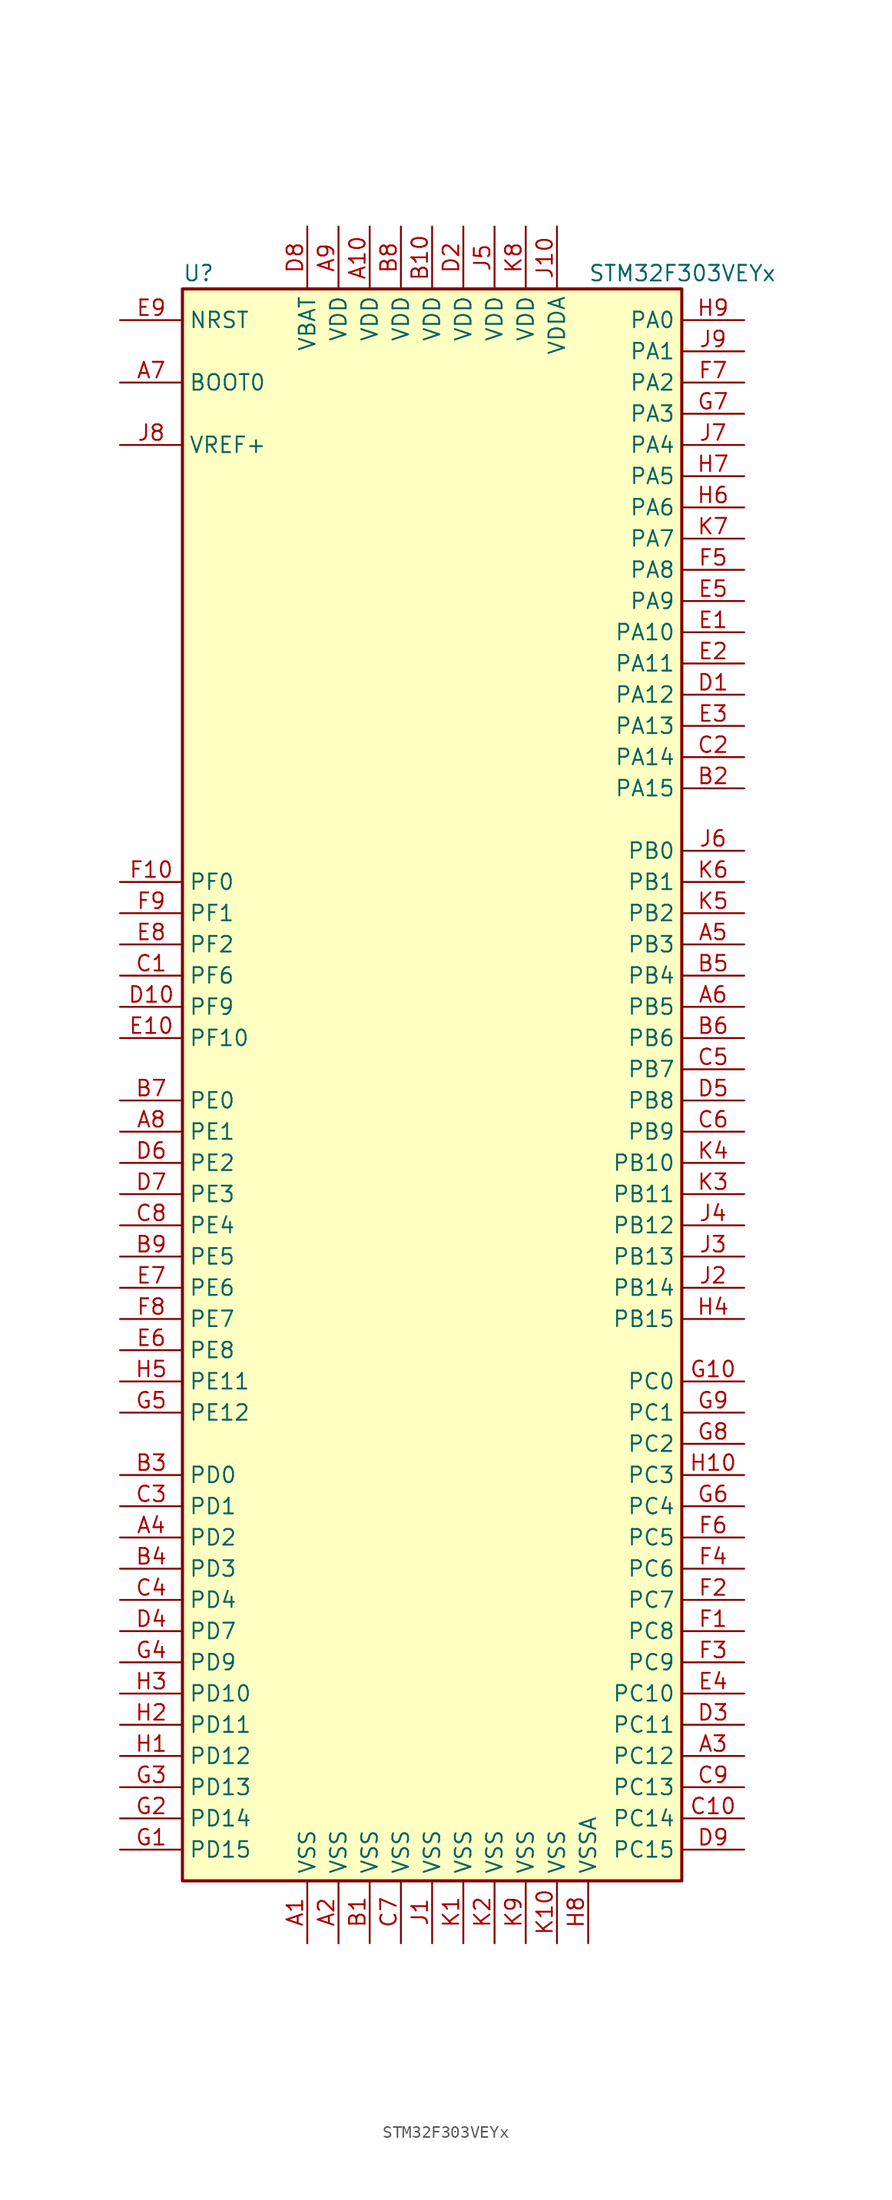
<source format=kicad_sym>
(kicad_symbol_lib
  (version 20201005)
  (generator kicad_symbol_editor)
  (symbol "STM32F303VEYx"
    (property "Reference" "U"
      (at -20.32 64.77 0)
      (effects (font (size 1.27 1.27)) (justify left)))
    (property "Value" "STM32F303VEYx"
      (at 12.7 64.77 0)
      (effects (font (size 1.27 1.27)) (justify left)))
    (symbol "STM32F303VEYx_0_1"
      (rectangle (start -20.32 -66.04) (end 20.32 63.5) (stroke (width 0.254)) (fill (type background))))
    (symbol "STM32F303VEYx_1_1"
      (pin power_in line (at -10.16 -71.12 90) (length 5.08) (name "VSS" (effects (font (size 1.27 1.27)))) (number "A1" (effects (font (size 1.27 1.27)))))
      (pin power_in line (at -5.08 68.58 270) (length 5.08) (name "VDD" (effects (font (size 1.27 1.27)))) (number "A10" (effects (font (size 1.27 1.27)))))
      (pin power_in line (at -7.62 -71.12 90) (length 5.08) (name "VSS" (effects (font (size 1.27 1.27)))) (number "A2" (effects (font (size 1.27 1.27)))))
      (pin bidirectional line (at 25.4 -55.88 180) (length 5.08) (name "PC12" (effects (font (size 1.27 1.27)))) (number "A3" (effects (font (size 1.27 1.27)))))
      (pin bidirectional line (at -25.4 -38.1 0) (length 5.08) (name "PD2" (effects (font (size 1.27 1.27)))) (number "A4" (effects (font (size 1.27 1.27)))))
      (pin bidirectional line (at 25.4 10.16 180) (length 5.08) (name "PB3" (effects (font (size 1.27 1.27)))) (number "A5" (effects (font (size 1.27 1.27)))))
      (pin bidirectional line (at 25.4 5.08 180) (length 5.08) (name "PB5" (effects (font (size 1.27 1.27)))) (number "A6" (effects (font (size 1.27 1.27)))))
      (pin input line (at -25.4 55.88 0) (length 5.08) (name "BOOT0" (effects (font (size 1.27 1.27)))) (number "A7" (effects (font (size 1.27 1.27)))))
      (pin bidirectional line (at -25.4 -5.08 0) (length 5.08) (name "PE1" (effects (font (size 1.27 1.27)))) (number "A8" (effects (font (size 1.27 1.27)))))
      (pin power_in line (at -7.62 68.58 270) (length 5.08) (name "VDD" (effects (font (size 1.27 1.27)))) (number "A9" (effects (font (size 1.27 1.27)))))
      (pin power_in line (at -5.08 -71.12 90) (length 5.08) (name "VSS" (effects (font (size 1.27 1.27)))) (number "B1" (effects (font (size 1.27 1.27)))))
      (pin power_in line (at 0 68.58 270) (length 5.08) (name "VDD" (effects (font (size 1.27 1.27)))) (number "B10" (effects (font (size 1.27 1.27)))))
      (pin bidirectional line (at 25.4 22.86 180) (length 5.08) (name "PA15" (effects (font (size 1.27 1.27)))) (number "B2" (effects (font (size 1.27 1.27)))))
      (pin bidirectional line (at -25.4 -33.02 0) (length 5.08) (name "PD0" (effects (font (size 1.27 1.27)))) (number "B3" (effects (font (size 1.27 1.27)))))
      (pin bidirectional line (at -25.4 -40.64 0) (length 5.08) (name "PD3" (effects (font (size 1.27 1.27)))) (number "B4" (effects (font (size 1.27 1.27)))))
      (pin bidirectional line (at 25.4 7.62 180) (length 5.08) (name "PB4" (effects (font (size 1.27 1.27)))) (number "B5" (effects (font (size 1.27 1.27)))))
      (pin bidirectional line (at 25.4 2.54 180) (length 5.08) (name "PB6" (effects (font (size 1.27 1.27)))) (number "B6" (effects (font (size 1.27 1.27)))))
      (pin bidirectional line (at -25.4 -2.54 0) (length 5.08) (name "PE0" (effects (font (size 1.27 1.27)))) (number "B7" (effects (font (size 1.27 1.27)))))
      (pin power_in line (at -2.54 68.58 270) (length 5.08) (name "VDD" (effects (font (size 1.27 1.27)))) (number "B8" (effects (font (size 1.27 1.27)))))
      (pin bidirectional line (at -25.4 -15.24 0) (length 5.08) (name "PE5" (effects (font (size 1.27 1.27)))) (number "B9" (effects (font (size 1.27 1.27)))))
      (pin bidirectional line (at -25.4 7.62 0) (length 5.08) (name "PF6" (effects (font (size 1.27 1.27)))) (number "C1" (effects (font (size 1.27 1.27)))))
      (pin bidirectional line (at 25.4 -60.96 180) (length 5.08) (name "PC14" (effects (font (size 1.27 1.27)))) (number "C10" (effects (font (size 1.27 1.27)))))
      (pin bidirectional line (at 25.4 25.4 180) (length 5.08) (name "PA14" (effects (font (size 1.27 1.27)))) (number "C2" (effects (font (size 1.27 1.27)))))
      (pin bidirectional line (at -25.4 -35.56 0) (length 5.08) (name "PD1" (effects (font (size 1.27 1.27)))) (number "C3" (effects (font (size 1.27 1.27)))))
      (pin bidirectional line (at -25.4 -43.18 0) (length 5.08) (name "PD4" (effects (font (size 1.27 1.27)))) (number "C4" (effects (font (size 1.27 1.27)))))
      (pin bidirectional line (at 25.4 0 180) (length 5.08) (name "PB7" (effects (font (size 1.27 1.27)))) (number "C5" (effects (font (size 1.27 1.27)))))
      (pin bidirectional line (at 25.4 -5.08 180) (length 5.08) (name "PB9" (effects (font (size 1.27 1.27)))) (number "C6" (effects (font (size 1.27 1.27)))))
      (pin power_in line (at -2.54 -71.12 90) (length 5.08) (name "VSS" (effects (font (size 1.27 1.27)))) (number "C7" (effects (font (size 1.27 1.27)))))
      (pin bidirectional line (at -25.4 -12.7 0) (length 5.08) (name "PE4" (effects (font (size 1.27 1.27)))) (number "C8" (effects (font (size 1.27 1.27)))))
      (pin bidirectional line (at 25.4 -58.42 180) (length 5.08) (name "PC13" (effects (font (size 1.27 1.27)))) (number "C9" (effects (font (size 1.27 1.27)))))
      (pin bidirectional line (at 25.4 30.48 180) (length 5.08) (name "PA12" (effects (font (size 1.27 1.27)))) (number "D1" (effects (font (size 1.27 1.27)))))
      (pin bidirectional line (at -25.4 5.08 0) (length 5.08) (name "PF9" (effects (font (size 1.27 1.27)))) (number "D10" (effects (font (size 1.27 1.27)))))
      (pin power_in line (at 2.54 68.58 270) (length 5.08) (name "VDD" (effects (font (size 1.27 1.27)))) (number "D2" (effects (font (size 1.27 1.27)))))
      (pin bidirectional line (at 25.4 -53.34 180) (length 5.08) (name "PC11" (effects (font (size 1.27 1.27)))) (number "D3" (effects (font (size 1.27 1.27)))))
      (pin bidirectional line (at -25.4 -45.72 0) (length 5.08) (name "PD7" (effects (font (size 1.27 1.27)))) (number "D4" (effects (font (size 1.27 1.27)))))
      (pin bidirectional line (at 25.4 -2.54 180) (length 5.08) (name "PB8" (effects (font (size 1.27 1.27)))) (number "D5" (effects (font (size 1.27 1.27)))))
      (pin bidirectional line (at -25.4 -7.62 0) (length 5.08) (name "PE2" (effects (font (size 1.27 1.27)))) (number "D6" (effects (font (size 1.27 1.27)))))
      (pin bidirectional line (at -25.4 -10.16 0) (length 5.08) (name "PE3" (effects (font (size 1.27 1.27)))) (number "D7" (effects (font (size 1.27 1.27)))))
      (pin power_in line (at -10.16 68.58 270) (length 5.08) (name "VBAT" (effects (font (size 1.27 1.27)))) (number "D8" (effects (font (size 1.27 1.27)))))
      (pin bidirectional line (at 25.4 -63.5 180) (length 5.08) (name "PC15" (effects (font (size 1.27 1.27)))) (number "D9" (effects (font (size 1.27 1.27)))))
      (pin bidirectional line (at 25.4 35.56 180) (length 5.08) (name "PA10" (effects (font (size 1.27 1.27)))) (number "E1" (effects (font (size 1.27 1.27)))))
      (pin bidirectional line (at -25.4 2.54 0) (length 5.08) (name "PF10" (effects (font (size 1.27 1.27)))) (number "E10" (effects (font (size 1.27 1.27)))))
      (pin bidirectional line (at 25.4 33.02 180) (length 5.08) (name "PA11" (effects (font (size 1.27 1.27)))) (number "E2" (effects (font (size 1.27 1.27)))))
      (pin bidirectional line (at 25.4 27.94 180) (length 5.08) (name "PA13" (effects (font (size 1.27 1.27)))) (number "E3" (effects (font (size 1.27 1.27)))))
      (pin bidirectional line (at 25.4 -50.8 180) (length 5.08) (name "PC10" (effects (font (size 1.27 1.27)))) (number "E4" (effects (font (size 1.27 1.27)))))
      (pin bidirectional line (at 25.4 38.1 180) (length 5.08) (name "PA9" (effects (font (size 1.27 1.27)))) (number "E5" (effects (font (size 1.27 1.27)))))
      (pin bidirectional line (at -25.4 -22.86 0) (length 5.08) (name "PE8" (effects (font (size 1.27 1.27)))) (number "E6" (effects (font (size 1.27 1.27)))))
      (pin bidirectional line (at -25.4 -17.78 0) (length 5.08) (name "PE6" (effects (font (size 1.27 1.27)))) (number "E7" (effects (font (size 1.27 1.27)))))
      (pin bidirectional line (at -25.4 10.16 0) (length 5.08) (name "PF2" (effects (font (size 1.27 1.27)))) (number "E8" (effects (font (size 1.27 1.27)))))
      (pin input line (at -25.4 60.96 0) (length 5.08) (name "NRST" (effects (font (size 1.27 1.27)))) (number "E9" (effects (font (size 1.27 1.27)))))
      (pin bidirectional line (at 25.4 -45.72 180) (length 5.08) (name "PC8" (effects (font (size 1.27 1.27)))) (number "F1" (effects (font (size 1.27 1.27)))))
      (pin input line (at -25.4 15.24 0) (length 5.08) (name "PF0" (effects (font (size 1.27 1.27)))) (number "F10" (effects (font (size 1.27 1.27)))))
      (pin bidirectional line (at 25.4 -43.18 180) (length 5.08) (name "PC7" (effects (font (size 1.27 1.27)))) (number "F2" (effects (font (size 1.27 1.27)))))
      (pin bidirectional line (at 25.4 -48.26 180) (length 5.08) (name "PC9" (effects (font (size 1.27 1.27)))) (number "F3" (effects (font (size 1.27 1.27)))))
      (pin bidirectional line (at 25.4 -40.64 180) (length 5.08) (name "PC6" (effects (font (size 1.27 1.27)))) (number "F4" (effects (font (size 1.27 1.27)))))
      (pin bidirectional line (at 25.4 40.64 180) (length 5.08) (name "PA8" (effects (font (size 1.27 1.27)))) (number "F5" (effects (font (size 1.27 1.27)))))
      (pin bidirectional line (at 25.4 -38.1 180) (length 5.08) (name "PC5" (effects (font (size 1.27 1.27)))) (number "F6" (effects (font (size 1.27 1.27)))))
      (pin bidirectional line (at 25.4 55.88 180) (length 5.08) (name "PA2" (effects (font (size 1.27 1.27)))) (number "F7" (effects (font (size 1.27 1.27)))))
      (pin bidirectional line (at -25.4 -20.32 0) (length 5.08) (name "PE7" (effects (font (size 1.27 1.27)))) (number "F8" (effects (font (size 1.27 1.27)))))
      (pin input line (at -25.4 12.7 0) (length 5.08) (name "PF1" (effects (font (size 1.27 1.27)))) (number "F9" (effects (font (size 1.27 1.27)))))
      (pin bidirectional line (at -25.4 -63.5 0) (length 5.08) (name "PD15" (effects (font (size 1.27 1.27)))) (number "G1" (effects (font (size 1.27 1.27)))))
      (pin bidirectional line (at 25.4 -25.4 180) (length 5.08) (name "PC0" (effects (font (size 1.27 1.27)))) (number "G10" (effects (font (size 1.27 1.27)))))
      (pin bidirectional line (at -25.4 -60.96 0) (length 5.08) (name "PD14" (effects (font (size 1.27 1.27)))) (number "G2" (effects (font (size 1.27 1.27)))))
      (pin bidirectional line (at -25.4 -58.42 0) (length 5.08) (name "PD13" (effects (font (size 1.27 1.27)))) (number "G3" (effects (font (size 1.27 1.27)))))
      (pin bidirectional line (at -25.4 -48.26 0) (length 5.08) (name "PD9" (effects (font (size 1.27 1.27)))) (number "G4" (effects (font (size 1.27 1.27)))))
      (pin bidirectional line (at -25.4 -27.94 0) (length 5.08) (name "PE12" (effects (font (size 1.27 1.27)))) (number "G5" (effects (font (size 1.27 1.27)))))
      (pin bidirectional line (at 25.4 -35.56 180) (length 5.08) (name "PC4" (effects (font (size 1.27 1.27)))) (number "G6" (effects (font (size 1.27 1.27)))))
      (pin bidirectional line (at 25.4 53.34 180) (length 5.08) (name "PA3" (effects (font (size 1.27 1.27)))) (number "G7" (effects (font (size 1.27 1.27)))))
      (pin bidirectional line (at 25.4 -30.48 180) (length 5.08) (name "PC2" (effects (font (size 1.27 1.27)))) (number "G8" (effects (font (size 1.27 1.27)))))
      (pin bidirectional line (at 25.4 -27.94 180) (length 5.08) (name "PC1" (effects (font (size 1.27 1.27)))) (number "G9" (effects (font (size 1.27 1.27)))))
      (pin bidirectional line (at -25.4 -55.88 0) (length 5.08) (name "PD12" (effects (font (size 1.27 1.27)))) (number "H1" (effects (font (size 1.27 1.27)))))
      (pin bidirectional line (at 25.4 -33.02 180) (length 5.08) (name "PC3" (effects (font (size 1.27 1.27)))) (number "H10" (effects (font (size 1.27 1.27)))))
      (pin bidirectional line (at -25.4 -53.34 0) (length 5.08) (name "PD11" (effects (font (size 1.27 1.27)))) (number "H2" (effects (font (size 1.27 1.27)))))
      (pin bidirectional line (at -25.4 -50.8 0) (length 5.08) (name "PD10" (effects (font (size 1.27 1.27)))) (number "H3" (effects (font (size 1.27 1.27)))))
      (pin bidirectional line (at 25.4 -20.32 180) (length 5.08) (name "PB15" (effects (font (size 1.27 1.27)))) (number "H4" (effects (font (size 1.27 1.27)))))
      (pin bidirectional line (at -25.4 -25.4 0) (length 5.08) (name "PE11" (effects (font (size 1.27 1.27)))) (number "H5" (effects (font (size 1.27 1.27)))))
      (pin bidirectional line (at 25.4 45.72 180) (length 5.08) (name "PA6" (effects (font (size 1.27 1.27)))) (number "H6" (effects (font (size 1.27 1.27)))))
      (pin bidirectional line (at 25.4 48.26 180) (length 5.08) (name "PA5" (effects (font (size 1.27 1.27)))) (number "H7" (effects (font (size 1.27 1.27)))))
      (pin power_in line (at 12.7 -71.12 90) (length 5.08) (name "VSSA" (effects (font (size 1.27 1.27)))) (number "H8" (effects (font (size 1.27 1.27)))))
      (pin bidirectional line (at 25.4 60.96 180) (length 5.08) (name "PA0" (effects (font (size 1.27 1.27)))) (number "H9" (effects (font (size 1.27 1.27)))))
      (pin power_in line (at 0 -71.12 90) (length 5.08) (name "VSS" (effects (font (size 1.27 1.27)))) (number "J1" (effects (font (size 1.27 1.27)))))
      (pin power_in line (at 10.16 68.58 270) (length 5.08) (name "VDDA" (effects (font (size 1.27 1.27)))) (number "J10" (effects (font (size 1.27 1.27)))))
      (pin bidirectional line (at 25.4 -17.78 180) (length 5.08) (name "PB14" (effects (font (size 1.27 1.27)))) (number "J2" (effects (font (size 1.27 1.27)))))
      (pin bidirectional line (at 25.4 -15.24 180) (length 5.08) (name "PB13" (effects (font (size 1.27 1.27)))) (number "J3" (effects (font (size 1.27 1.27)))))
      (pin bidirectional line (at 25.4 -12.7 180) (length 5.08) (name "PB12" (effects (font (size 1.27 1.27)))) (number "J4" (effects (font (size 1.27 1.27)))))
      (pin power_in line (at 5.08 68.58 270) (length 5.08) (name "VDD" (effects (font (size 1.27 1.27)))) (number "J5" (effects (font (size 1.27 1.27)))))
      (pin bidirectional line (at 25.4 17.78 180) (length 5.08) (name "PB0" (effects (font (size 1.27 1.27)))) (number "J6" (effects (font (size 1.27 1.27)))))
      (pin bidirectional line (at 25.4 50.8 180) (length 5.08) (name "PA4" (effects (font (size 1.27 1.27)))) (number "J7" (effects (font (size 1.27 1.27)))))
      (pin power_in line (at -25.4 50.8 0) (length 5.08) (name "VREF+" (effects (font (size 1.27 1.27)))) (number "J8" (effects (font (size 1.27 1.27)))))
      (pin bidirectional line (at 25.4 58.42 180) (length 5.08) (name "PA1" (effects (font (size 1.27 1.27)))) (number "J9" (effects (font (size 1.27 1.27)))))
      (pin power_in line (at 2.54 -71.12 90) (length 5.08) (name "VSS" (effects (font (size 1.27 1.27)))) (number "K1" (effects (font (size 1.27 1.27)))))
      (pin power_in line (at 10.16 -71.12 90) (length 5.08) (name "VSS" (effects (font (size 1.27 1.27)))) (number "K10" (effects (font (size 1.27 1.27)))))
      (pin power_in line (at 5.08 -71.12 90) (length 5.08) (name "VSS" (effects (font (size 1.27 1.27)))) (number "K2" (effects (font (size 1.27 1.27)))))
      (pin bidirectional line (at 25.4 -10.16 180) (length 5.08) (name "PB11" (effects (font (size 1.27 1.27)))) (number "K3" (effects (font (size 1.27 1.27)))))
      (pin bidirectional line (at 25.4 -7.62 180) (length 5.08) (name "PB10" (effects (font (size 1.27 1.27)))) (number "K4" (effects (font (size 1.27 1.27)))))
      (pin bidirectional line (at 25.4 12.7 180) (length 5.08) (name "PB2" (effects (font (size 1.27 1.27)))) (number "K5" (effects (font (size 1.27 1.27)))))
      (pin bidirectional line (at 25.4 15.24 180) (length 5.08) (name "PB1" (effects (font (size 1.27 1.27)))) (number "K6" (effects (font (size 1.27 1.27)))))
      (pin bidirectional line (at 25.4 43.18 180) (length 5.08) (name "PA7" (effects (font (size 1.27 1.27)))) (number "K7" (effects (font (size 1.27 1.27)))))
      (pin power_in line (at 7.62 68.58 270) (length 5.08) (name "VDD" (effects (font (size 1.27 1.27)))) (number "K8" (effects (font (size 1.27 1.27)))))
      (pin power_in line (at 7.62 -71.12 90) (length 5.08) (name "VSS" (effects (font (size 1.27 1.27)))) (number "K9" (effects (font (size 1.27 1.27))))))))
</source>
